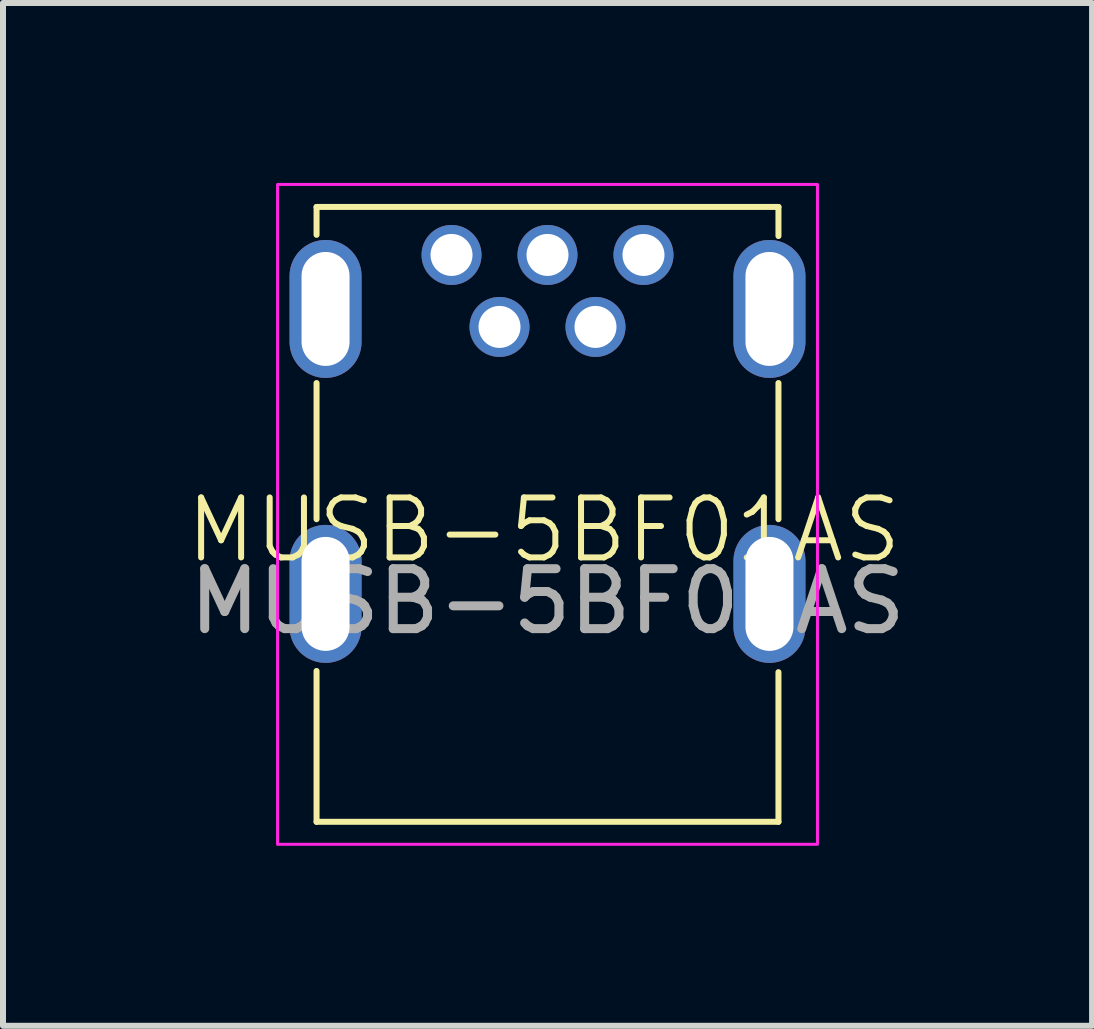
<source format=kicad_pcb>
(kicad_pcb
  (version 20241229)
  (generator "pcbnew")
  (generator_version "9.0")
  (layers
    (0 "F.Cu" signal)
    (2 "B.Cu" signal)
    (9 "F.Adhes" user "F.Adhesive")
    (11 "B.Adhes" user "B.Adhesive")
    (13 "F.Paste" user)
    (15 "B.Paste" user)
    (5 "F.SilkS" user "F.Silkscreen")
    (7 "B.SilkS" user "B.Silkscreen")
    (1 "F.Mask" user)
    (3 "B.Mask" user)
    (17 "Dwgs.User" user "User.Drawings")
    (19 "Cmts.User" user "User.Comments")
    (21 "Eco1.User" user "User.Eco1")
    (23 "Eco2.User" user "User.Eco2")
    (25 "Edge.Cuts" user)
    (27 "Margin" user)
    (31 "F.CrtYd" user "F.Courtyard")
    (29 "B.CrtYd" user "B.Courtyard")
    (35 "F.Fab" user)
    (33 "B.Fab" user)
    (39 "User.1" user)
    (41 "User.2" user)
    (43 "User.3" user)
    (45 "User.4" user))
  (footprint "MUSB-5BF01AS"
    (layer "F.Cu")
    (at 6.077 4.475)
    (property "Reference" "MUSB-5BF01AS" (at -0.06 1.31 0) (unlocked yes) (layer "F.SilkS") (effects (font (size 1 1) (thickness 0.1))))
    (attr through_hole)
    (fp_line (start -3.85 -4.075) (end -3.85 -3.61) (stroke (width 0.1) (type default)) (layer "F.SilkS"))
    (fp_line (start -3.85 -1.14) (end -3.85 1.13) (stroke (width 0.1) (type default)) (layer "F.SilkS"))
    (fp_line (start -3.85 6.175) (end -3.85 3.66) (stroke (width 0.1) (type default)) (layer "F.SilkS"))
    (fp_line (start 3.85 -4.075) (end -3.85 -4.075) (stroke (width 0.1) (type default)) (layer "F.SilkS"))
    (fp_line (start 3.85 -4.075) (end 3.85 -3.59) (stroke (width 0.1) (type default)) (layer "F.SilkS"))
    (fp_line (start 3.85 -1.14) (end 3.85 1.13) (stroke (width 0.1) (type default)) (layer "F.SilkS"))
    (fp_line (start 3.85 6.175) (end -3.85 6.175) (stroke (width 0.1) (type default)) (layer "F.SilkS"))
    (fp_line (start 3.85 6.175) (end 3.85 3.68) (stroke (width 0.1) (type default)) (layer "F.SilkS"))
    (fp_rect (start -4.5 -4.45) (end 4.5 6.55) (stroke (width 0.05) (type solid)) (fill no) (layer "F.CrtYd"))
    (fp_text user "${REFERENCE}" (at 0 2.5 0) (unlocked yes) (layer "F.Fab") (effects (font (size 1 1) (thickness 0.15))))
    (pad "1" thru_hole circle (at -1.6 -3.275) (size 1 1) (drill 0.7) (layers "*.Cu" "*.Mask"))
    (pad "2" thru_hole circle (at -0.8 -2.075) (size 1 1) (drill 0.7) (layers "*.Cu" "*.Mask"))
    (pad "3" thru_hole circle (at 0 -3.275) (size 1 1) (drill 0.7) (layers "*.Cu" "*.Mask"))
    (pad "4" thru_hole circle (at 0.8 -2.075) (size 1 1) (drill 0.7) (layers "*.Cu" "*.Mask"))
    (pad "5" thru_hole circle (at 1.6 -3.275) (size 1 1) (drill 0.7) (layers "*.Cu" "*.Mask"))
    (pad "6" thru_hole oval (at -3.7 -2.375) (size 1.2 2.3) (drill oval 0.8 1.9) (layers "*.Cu" "*.Mask"))
    (pad "6" thru_hole oval (at -3.7 2.375) (size 1.2 2.3) (drill oval 0.8 1.9) (layers "*.Cu" "*.Mask"))
    (pad "6" thru_hole oval (at 3.7 -2.375) (size 1.2 2.3) (drill oval 0.8 1.9) (layers "*.Cu" "*.Mask"))
    (pad "6" thru_hole oval (at 3.7 2.375) (size 1.2 2.3) (drill oval 0.8 1.9) (layers "*.Cu" "*.Mask")))
  (gr_rect
    (start -3 -3)
    (end 15.155 14.05)
    (stroke (width 0.1) (type default))
    (fill no)
    (layer "Edge.Cuts")))
</source>
